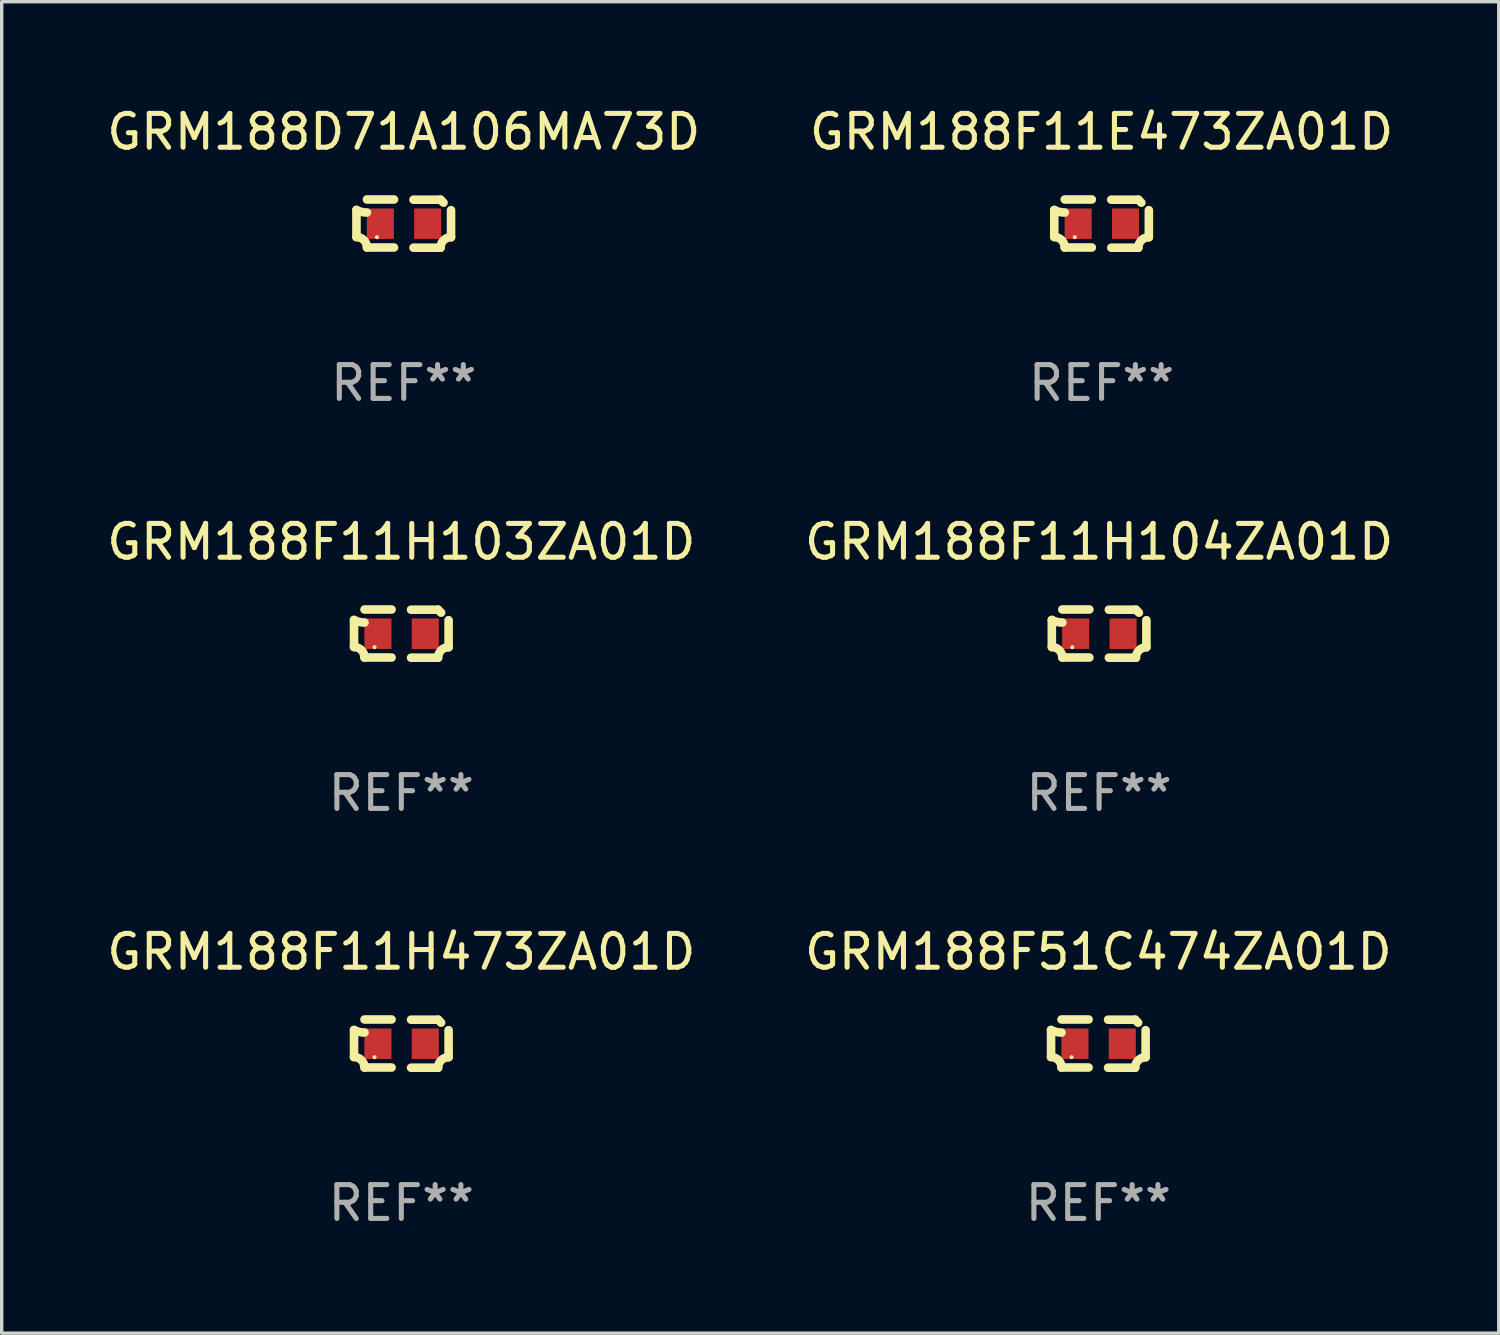
<source format=kicad_pcb>
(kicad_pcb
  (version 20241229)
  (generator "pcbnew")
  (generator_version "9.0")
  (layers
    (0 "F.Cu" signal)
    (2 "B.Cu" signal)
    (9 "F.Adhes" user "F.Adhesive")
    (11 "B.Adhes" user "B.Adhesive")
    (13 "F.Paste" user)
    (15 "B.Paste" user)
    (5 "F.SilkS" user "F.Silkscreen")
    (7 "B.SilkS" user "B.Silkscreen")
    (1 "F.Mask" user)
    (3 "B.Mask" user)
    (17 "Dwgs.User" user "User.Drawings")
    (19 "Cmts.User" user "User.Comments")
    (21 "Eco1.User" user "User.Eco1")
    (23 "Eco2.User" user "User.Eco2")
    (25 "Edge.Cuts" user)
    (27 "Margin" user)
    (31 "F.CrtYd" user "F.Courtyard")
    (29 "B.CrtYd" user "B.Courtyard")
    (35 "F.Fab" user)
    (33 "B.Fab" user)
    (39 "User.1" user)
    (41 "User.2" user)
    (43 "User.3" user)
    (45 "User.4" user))
  (footprint "GRM188F11H103ZA01D"
    (layer "F.Cu")
    (at 8.815 15.683)
    (property "Reference" "GRM188F11H103ZA01D" (at 0 -2.713 0) (layer "F.SilkS") (effects (font (size 1 1) (thickness 0.15))))
    (attr through_hole)
    (fp_line (start -1.398 -0.403) (end -1.398 0.397) (stroke (width 0.254) (type solid)) (layer "F.SilkS"))
    (fp_line (start -0.288 -0.713) (end -1.088 -0.713) (stroke (width 0.254) (type solid)) (layer "F.SilkS"))
    (fp_line (start -0.288 0.707) (end -1.088 0.707) (stroke (width 0.254) (type solid)) (layer "F.SilkS"))
    (fp_line (start 0.288 -0.707) (end 1.088 -0.707) (stroke (width 0.254) (type solid)) (layer "F.SilkS"))
    (fp_line (start 0.288 0.713) (end 1.088 0.713) (stroke (width 0.254) (type solid)) (layer "F.SilkS"))
    (fp_line (start 1.398 -0.397) (end 1.398 0.403) (stroke (width 0.254) (type solid)) (layer "F.SilkS"))
    (fp_arc (start -1.397789 0.397066) (mid -1.178701 0.487826) (end -1.08796 0.706922) (stroke (width 0.254001) (type solid)) (layer "F.SilkS"))
    (fp_arc (start -1.08796 -0.327176) (mid -1.247436 -0.346384) (end -1.39779 -0.402908) (stroke (width 0.254001) (type solid)) (layer "F.SilkS"))
    (fp_arc (start 1.087909 0.712738) (mid 1.178656 0.493655) (end 1.397739 0.402908) (stroke (width 0.254001) (type solid)) (layer "F.SilkS"))
    (fp_arc (start 1.175925 -0.618926) (mid 1.131917 -0.662923) (end 1.08791 -0.706922) (stroke (width 0.254001) (type solid)) (layer "F.SilkS"))
    (fp_circle (center -0.792 0.403) (end -0.762 0.403) (stroke (width 0.06) (type solid)) (fill no) (layer "F.SilkS"))
    (fp_text user "REF**" (at 0 4.713 0) (layer "F.Fab") (effects (font (size 1 1) (thickness 0.15))))
    (pad "1" smd rect (at -0.692 0.003) (size 0.8 0.9) (layers "F.Cu" "F.Mask" "F.Paste"))
    (pad "2" smd rect (at 0.708 0.003) (size 0.8 0.9) (layers "F.Cu" "F.Mask" "F.Paste")))
  (footprint "GRM188F11H473ZA01D"
    (layer "F.Cu")
    (at 8.815 27.805)
    (property "Reference" "GRM188F11H473ZA01D" (at 0 -2.713 0) (layer "F.SilkS") (effects (font (size 1 1) (thickness 0.15))))
    (attr through_hole)
    (fp_line (start -1.398 -0.403) (end -1.398 0.397) (stroke (width 0.254) (type solid)) (layer "F.SilkS"))
    (fp_line (start -0.288 -0.713) (end -1.088 -0.713) (stroke (width 0.254) (type solid)) (layer "F.SilkS"))
    (fp_line (start -0.288 0.707) (end -1.088 0.707) (stroke (width 0.254) (type solid)) (layer "F.SilkS"))
    (fp_line (start 0.288 -0.707) (end 1.088 -0.707) (stroke (width 0.254) (type solid)) (layer "F.SilkS"))
    (fp_line (start 0.288 0.713) (end 1.088 0.713) (stroke (width 0.254) (type solid)) (layer "F.SilkS"))
    (fp_line (start 1.398 -0.397) (end 1.398 0.403) (stroke (width 0.254) (type solid)) (layer "F.SilkS"))
    (fp_arc (start -1.397789 0.397066) (mid -1.178701 0.487826) (end -1.08796 0.706922) (stroke (width 0.254001) (type solid)) (layer "F.SilkS"))
    (fp_arc (start -1.08796 -0.327176) (mid -1.247436 -0.346384) (end -1.39779 -0.402908) (stroke (width 0.254001) (type solid)) (layer "F.SilkS"))
    (fp_arc (start 1.087909 0.712738) (mid 1.178656 0.493655) (end 1.397739 0.402908) (stroke (width 0.254001) (type solid)) (layer "F.SilkS"))
    (fp_arc (start 1.175925 -0.618926) (mid 1.131917 -0.662923) (end 1.08791 -0.706922) (stroke (width 0.254001) (type solid)) (layer "F.SilkS"))
    (fp_circle (center -0.792 0.403) (end -0.762 0.403) (stroke (width 0.06) (type solid)) (fill no) (layer "F.SilkS"))
    (fp_text user "REF**" (at 0 4.713 0) (layer "F.Fab") (effects (font (size 1 1) (thickness 0.15))))
    (pad "1" smd rect (at -0.692 0.003) (size 0.8 0.9) (layers "F.Cu" "F.Mask" "F.Paste"))
    (pad "2" smd rect (at 0.708 0.003) (size 0.8 0.9) (layers "F.Cu" "F.Mask" "F.Paste")))
  (footprint "GRM188D71A106MA73D"
    (layer "F.Cu")
    (at 8.887 3.561)
    (property "Reference" "GRM188D71A106MA73D" (at 0 -2.713 0) (layer "F.SilkS") (effects (font (size 1 1) (thickness 0.15))))
    (attr through_hole)
    (fp_line (start -1.398 -0.403) (end -1.398 0.397) (stroke (width 0.254) (type solid)) (layer "F.SilkS"))
    (fp_line (start -0.288 -0.713) (end -1.088 -0.713) (stroke (width 0.254) (type solid)) (layer "F.SilkS"))
    (fp_line (start -0.288 0.707) (end -1.088 0.707) (stroke (width 0.254) (type solid)) (layer "F.SilkS"))
    (fp_line (start 0.288 -0.707) (end 1.088 -0.707) (stroke (width 0.254) (type solid)) (layer "F.SilkS"))
    (fp_line (start 0.288 0.713) (end 1.088 0.713) (stroke (width 0.254) (type solid)) (layer "F.SilkS"))
    (fp_line (start 1.398 -0.397) (end 1.398 0.403) (stroke (width 0.254) (type solid)) (layer "F.SilkS"))
    (fp_arc (start -1.397789 0.397066) (mid -1.178701 0.487826) (end -1.08796 0.706922) (stroke (width 0.254001) (type solid)) (layer "F.SilkS"))
    (fp_arc (start -1.08796 -0.327176) (mid -1.247436 -0.346384) (end -1.39779 -0.402908) (stroke (width 0.254001) (type solid)) (layer "F.SilkS"))
    (fp_arc (start 1.087909 0.712738) (mid 1.178656 0.493655) (end 1.397739 0.402908) (stroke (width 0.254001) (type solid)) (layer "F.SilkS"))
    (fp_arc (start 1.175925 -0.618926) (mid 1.131917 -0.662923) (end 1.08791 -0.706922) (stroke (width 0.254001) (type solid)) (layer "F.SilkS"))
    (fp_circle (center -0.792 0.403) (end -0.762 0.403) (stroke (width 0.06) (type solid)) (fill no) (layer "F.SilkS"))
    (fp_text user "REF**" (at 0 4.713 0) (layer "F.Fab") (effects (font (size 1 1) (thickness 0.15))))
    (pad "1" smd rect (at -0.692 0.003) (size 0.8 0.9) (layers "F.Cu" "F.Mask" "F.Paste"))
    (pad "2" smd rect (at 0.708 0.003) (size 0.8 0.9) (layers "F.Cu" "F.Mask" "F.Paste")))
  (footprint "GRM188F11E473ZA01D"
    (layer "F.Cu")
    (at 29.518 3.561)
    (property "Reference" "GRM188F11E473ZA01D" (at 0 -2.713 0) (layer "F.SilkS") (effects (font (size 1 1) (thickness 0.15))))
    (attr through_hole)
    (fp_line (start -1.398 -0.403) (end -1.398 0.397) (stroke (width 0.254) (type solid)) (layer "F.SilkS"))
    (fp_line (start -0.288 -0.713) (end -1.088 -0.713) (stroke (width 0.254) (type solid)) (layer "F.SilkS"))
    (fp_line (start -0.288 0.707) (end -1.088 0.707) (stroke (width 0.254) (type solid)) (layer "F.SilkS"))
    (fp_line (start 0.288 -0.707) (end 1.088 -0.707) (stroke (width 0.254) (type solid)) (layer "F.SilkS"))
    (fp_line (start 0.288 0.713) (end 1.088 0.713) (stroke (width 0.254) (type solid)) (layer "F.SilkS"))
    (fp_line (start 1.398 -0.397) (end 1.398 0.403) (stroke (width 0.254) (type solid)) (layer "F.SilkS"))
    (fp_arc (start -1.397789 0.397066) (mid -1.178701 0.487826) (end -1.08796 0.706922) (stroke (width 0.254001) (type solid)) (layer "F.SilkS"))
    (fp_arc (start -1.08796 -0.327176) (mid -1.247436 -0.346384) (end -1.39779 -0.402908) (stroke (width 0.254001) (type solid)) (layer "F.SilkS"))
    (fp_arc (start 1.087909 0.712738) (mid 1.178656 0.493655) (end 1.397739 0.402908) (stroke (width 0.254001) (type solid)) (layer "F.SilkS"))
    (fp_arc (start 1.175925 -0.618926) (mid 1.131917 -0.662923) (end 1.08791 -0.706922) (stroke (width 0.254001) (type solid)) (layer "F.SilkS"))
    (fp_circle (center -0.792 0.403) (end -0.762 0.403) (stroke (width 0.06) (type solid)) (fill no) (layer "F.SilkS"))
    (fp_text user "REF**" (at 0 4.713 0) (layer "F.Fab") (effects (font (size 1 1) (thickness 0.15))))
    (pad "1" smd rect (at -0.692 0.003) (size 0.8 0.9) (layers "F.Cu" "F.Mask" "F.Paste"))
    (pad "2" smd rect (at 0.708 0.003) (size 0.8 0.9) (layers "F.Cu" "F.Mask" "F.Paste")))
  (footprint "GRM188F51C474ZA01D"
    (layer "F.Cu")
    (at 29.423 27.805)
    (property "Reference" "GRM188F51C474ZA01D" (at 0 -2.713 0) (layer "F.SilkS") (effects (font (size 1 1) (thickness 0.15))))
    (attr through_hole)
    (fp_line (start -1.398 -0.403) (end -1.398 0.397) (stroke (width 0.254) (type solid)) (layer "F.SilkS"))
    (fp_line (start -0.288 -0.713) (end -1.088 -0.713) (stroke (width 0.254) (type solid)) (layer "F.SilkS"))
    (fp_line (start -0.288 0.707) (end -1.088 0.707) (stroke (width 0.254) (type solid)) (layer "F.SilkS"))
    (fp_line (start 0.288 -0.707) (end 1.088 -0.707) (stroke (width 0.254) (type solid)) (layer "F.SilkS"))
    (fp_line (start 0.288 0.713) (end 1.088 0.713) (stroke (width 0.254) (type solid)) (layer "F.SilkS"))
    (fp_line (start 1.398 -0.397) (end 1.398 0.403) (stroke (width 0.254) (type solid)) (layer "F.SilkS"))
    (fp_arc (start -1.397789 0.397066) (mid -1.178701 0.487826) (end -1.08796 0.706922) (stroke (width 0.254001) (type solid)) (layer "F.SilkS"))
    (fp_arc (start -1.08796 -0.327176) (mid -1.247436 -0.346384) (end -1.39779 -0.402908) (stroke (width 0.254001) (type solid)) (layer "F.SilkS"))
    (fp_arc (start 1.087909 0.712738) (mid 1.178656 0.493655) (end 1.397739 0.402908) (stroke (width 0.254001) (type solid)) (layer "F.SilkS"))
    (fp_arc (start 1.175925 -0.618926) (mid 1.131917 -0.662923) (end 1.08791 -0.706922) (stroke (width 0.254001) (type solid)) (layer "F.SilkS"))
    (fp_circle (center -0.792 0.403) (end -0.762 0.403) (stroke (width 0.06) (type solid)) (fill no) (layer "F.SilkS"))
    (fp_text user "REF**" (at 0 4.713 0) (layer "F.Fab") (effects (font (size 1 1) (thickness 0.15))))
    (pad "1" smd rect (at -0.692 0.003) (size 0.8 0.9) (layers "F.Cu" "F.Mask" "F.Paste"))
    (pad "2" smd rect (at 0.708 0.003) (size 0.8 0.9) (layers "F.Cu" "F.Mask" "F.Paste")))
  (footprint "GRM188F11H104ZA01D"
    (layer "F.Cu")
    (at 29.446 15.683)
    (property "Reference" "GRM188F11H104ZA01D" (at 0 -2.713 0) (layer "F.SilkS") (effects (font (size 1 1) (thickness 0.15))))
    (attr through_hole)
    (fp_line (start -1.398 -0.403) (end -1.398 0.397) (stroke (width 0.254) (type solid)) (layer "F.SilkS"))
    (fp_line (start -0.288 -0.713) (end -1.088 -0.713) (stroke (width 0.254) (type solid)) (layer "F.SilkS"))
    (fp_line (start -0.288 0.707) (end -1.088 0.707) (stroke (width 0.254) (type solid)) (layer "F.SilkS"))
    (fp_line (start 0.288 -0.707) (end 1.088 -0.707) (stroke (width 0.254) (type solid)) (layer "F.SilkS"))
    (fp_line (start 0.288 0.713) (end 1.088 0.713) (stroke (width 0.254) (type solid)) (layer "F.SilkS"))
    (fp_line (start 1.398 -0.397) (end 1.398 0.403) (stroke (width 0.254) (type solid)) (layer "F.SilkS"))
    (fp_arc (start -1.397789 0.397066) (mid -1.178701 0.487826) (end -1.08796 0.706922) (stroke (width 0.254001) (type solid)) (layer "F.SilkS"))
    (fp_arc (start -1.08796 -0.327176) (mid -1.247436 -0.346384) (end -1.39779 -0.402908) (stroke (width 0.254001) (type solid)) (layer "F.SilkS"))
    (fp_arc (start 1.087909 0.712738) (mid 1.178656 0.493655) (end 1.397739 0.402908) (stroke (width 0.254001) (type solid)) (layer "F.SilkS"))
    (fp_arc (start 1.175925 -0.618926) (mid 1.131917 -0.662923) (end 1.08791 -0.706922) (stroke (width 0.254001) (type solid)) (layer "F.SilkS"))
    (fp_circle (center -0.792 0.403) (end -0.762 0.403) (stroke (width 0.06) (type solid)) (fill no) (layer "F.SilkS"))
    (fp_text user "REF**" (at 0 4.713 0) (layer "F.Fab") (effects (font (size 1 1) (thickness 0.15))))
    (pad "1" smd rect (at -0.692 0.003) (size 0.8 0.9) (layers "F.Cu" "F.Mask" "F.Paste"))
    (pad "2" smd rect (at 0.708 0.003) (size 0.8 0.9) (layers "F.Cu" "F.Mask" "F.Paste")))
  (gr_rect
    (start -3 -3)
    (end 41.262 36.366)
    (stroke (width 0.1) (type default))
    (fill no)
    (layer "Edge.Cuts")))
</source>
